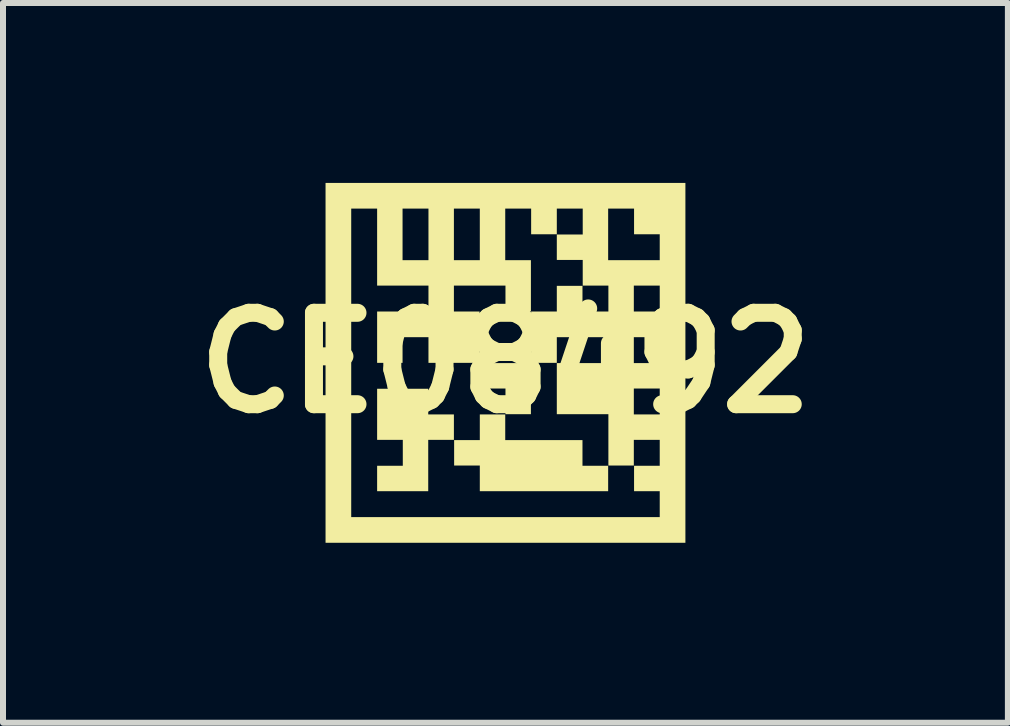
<source format=kicad_pcb>
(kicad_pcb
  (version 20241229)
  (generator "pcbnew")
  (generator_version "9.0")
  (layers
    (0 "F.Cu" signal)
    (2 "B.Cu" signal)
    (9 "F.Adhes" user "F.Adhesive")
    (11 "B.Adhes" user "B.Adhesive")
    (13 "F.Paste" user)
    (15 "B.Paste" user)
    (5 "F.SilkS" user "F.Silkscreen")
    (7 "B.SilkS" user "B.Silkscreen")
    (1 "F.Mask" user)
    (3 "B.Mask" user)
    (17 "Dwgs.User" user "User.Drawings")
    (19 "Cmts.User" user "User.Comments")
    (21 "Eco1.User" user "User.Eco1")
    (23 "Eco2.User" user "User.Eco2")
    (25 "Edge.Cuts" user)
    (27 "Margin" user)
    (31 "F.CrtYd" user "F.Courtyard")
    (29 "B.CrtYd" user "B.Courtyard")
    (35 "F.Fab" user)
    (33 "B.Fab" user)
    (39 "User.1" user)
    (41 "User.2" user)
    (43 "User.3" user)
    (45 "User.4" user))
  (footprint "CE08492"
    (layer "F.Cu")
    (at 5.378 3)
    (property "Reference" "CE08492" (at 0 0 0) (layer "F.SilkS") (effects (font (size 1.524 1.524) (thickness 0.3))))
    (attr board_only exclude_from_pos_files exclude_from_bom)
    (fp_poly (pts (xy 0.424 0.856) (xy 0 0.856) (xy 0 0.428) (xy -0.428 0.428) (xy -0.428 0.004) (xy 0.424 0.004)) (stroke (width 0) (type solid)) (fill yes) (layer "F.SilkS"))
    (fp_poly (pts (xy -1.288 0.86) (xy -0.86 0.86) (xy -0.86 1.284) (xy -1.288 1.284) (xy -1.288 2.14) (xy -2.14 2.14) (xy -2.14 1.716) (xy -1.712 1.716) (xy -1.712 1.284) (xy -2.14 1.284) (xy -2.14 0.432) (xy -1.288 0.432)) (stroke (width 0) (type solid)) (fill yes) (layer "F.SilkS"))
    (fp_poly (pts (xy -0.004 1.288) (xy 1.284 1.288) (xy 1.284 1.716) (xy 1.712 1.716) (xy 1.712 2.14) (xy -0.428 2.14) (xy -0.428 1.712) (xy -0.856 1.712) (xy -0.856 1.288) (xy -0.428 1.288) (xy -0.428 0.86) (xy -0.004 0.86)) (stroke (width 0) (type solid)) (fill yes) (layer "F.SilkS"))
    (fp_poly (pts (xy 3 3) (xy -3 3) (xy -3 2.572) (xy -2.572 2.572) (xy 2.572 2.572) (xy 2.572 2.14) (xy 2.144 2.14) (xy 2.144 1.716) (xy 2.572 1.716) (xy 2.572 1.284) (xy 2.14 1.284) (xy 2.14 1.712) (xy 1.716 1.712) (xy 1.716 0.86) (xy 2.14 0.86) (xy 2.572 0.86) (xy 2.572 0.428) (xy 2.14 0.428) (xy 2.14 0.86) (xy 1.716 0.86) (xy 1.716 0.856) (xy 0.856 0.856) (xy 0.856 0.004) (xy 1.716 0.004) (xy 2.14 0.004) (xy 2.572 0.004) (xy 2.572 -0.428) (xy 2.14 -0.428) (xy 2.14 0.004) (xy 1.716 0.004) (xy 1.716 -0.428) (xy 0.856 -0.428) (xy 0.856 0) (xy 0.428 0) (xy 0.428 -0.856) (xy 0.856 -0.856) (xy 0.856 -1.284) (xy 1.284 -1.284) (xy 1.284 -0.856) (xy 1.716 -0.856) (xy 2.14 -0.856) (xy 2.572 -0.856) (xy 2.572 -1.288) (xy 2.14 -1.288) (xy 2.14 -0.856) (xy 1.716 -0.856) (xy 1.716 -1.288) (xy 1.288 -1.288) (xy 1.288 -1.712) (xy 1.712 -1.712) (xy 2.572 -1.712) (xy 2.572 -2.144) (xy 2.144 -2.144) (xy 2.144 -2.572) (xy 1.712 -2.572) (xy 1.712 -1.712) (xy 1.288 -1.712) (xy 1.288 -1.716) (xy 0.856 -1.716) (xy 0.856 -2.14) (xy 1.288 -2.14) (xy 1.288 -2.572) (xy 0.856 -2.572) (xy 0.856 -2.144) (xy 0.428 -2.144) (xy 0.428 -2.572) (xy -0.004 -2.572) (xy -0.004 -1.712) (xy 0.424 -1.712) (xy 0.424 -0.856) (xy 0 -0.856) (xy 0 -1.288) (xy -0.86 -1.288) (xy -0.86 -0.856) (xy -0.432 -0.856) (xy -0.432 0) (xy -1.284 0) (xy -1.284 -0.428) (xy -1.716 -0.428) (xy -1.716 0) (xy -2.14 0) (xy -2.14 -0.856) (xy -1.284 -0.856) (xy -1.284 -1.288) (xy -2.14 -1.288) (xy -2.14 -1.712) (xy -1.716 -1.712) (xy -1.284 -1.712) (xy -0.86 -1.712) (xy -0.428 -1.712) (xy -0.428 -2.572) (xy -0.86 -2.572) (xy -0.86 -1.712) (xy -1.284 -1.712) (xy -1.284 -2.572) (xy -1.716 -2.572) (xy -1.716 -1.712) (xy -2.14 -1.712) (xy -2.14 -2.572) (xy -2.572 -2.572) (xy -2.572 2.572) (xy -3 2.572) (xy -3 -3) (xy 3 -3)) (stroke (width 0) (type solid)) (fill yes) (layer "F.SilkS")))
  (gr_rect
    (start -3 -3)
    (end 13.755 9)
    (stroke (width 0.1) (type default))
    (fill no)
    (layer "Edge.Cuts")))
</source>
